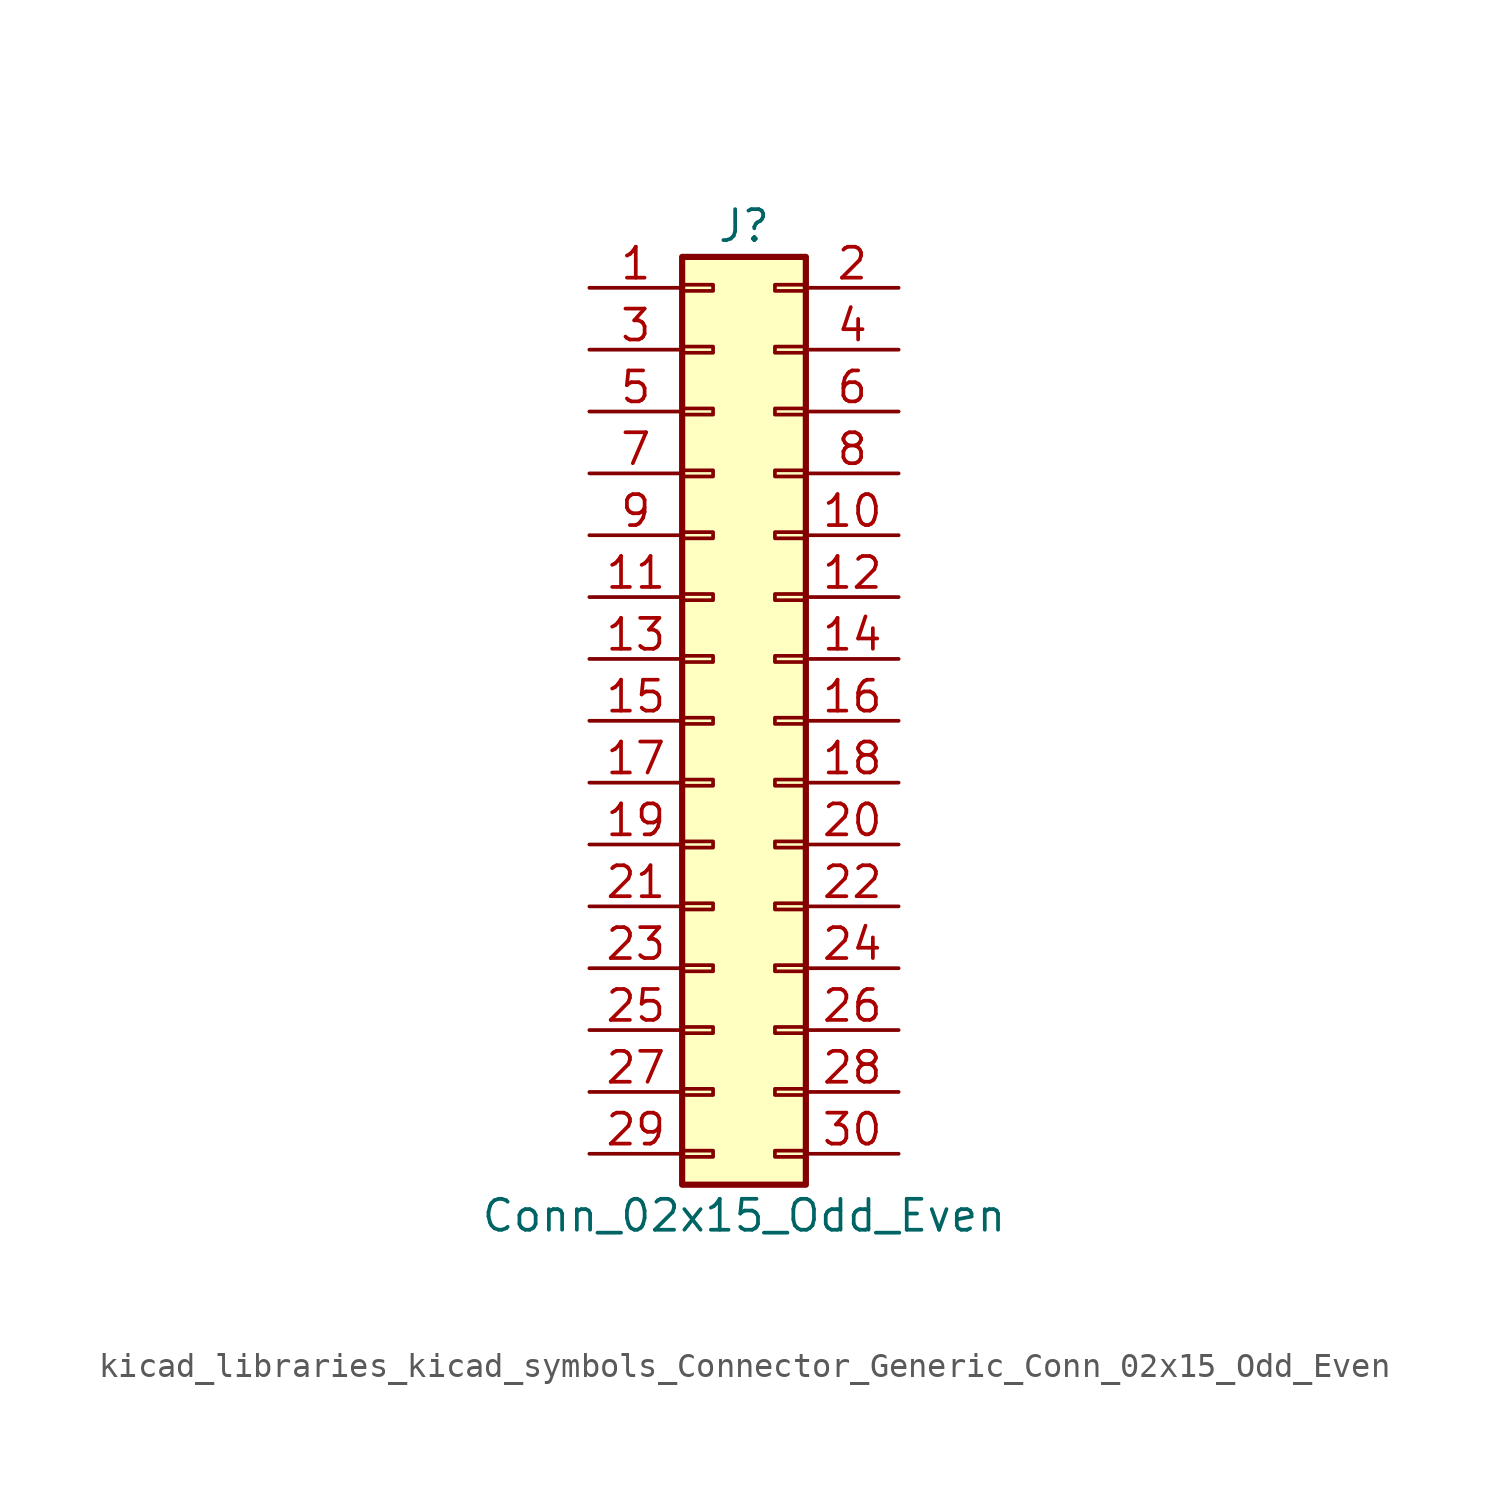
<source format=kicad_sym>
(kicad_symbol_lib
  (version 20220914)
  (generator kicad_symbol_editor)
  (symbol "kicad_libraries_kicad_symbols_Connector_Generic_Conn_02x15_Odd_Even"
    (pin_names
      (offset 1.016) hide)
    (property "Reference" "J"
      (at 1.27 20.32 0)
      (effects (font (size 1.27 1.27))))
    (property "Value" "Conn_02x15_Odd_Even"
      (at 1.27 -20.32 0)
      (effects (font (size 1.27 1.27))))
    (symbol "kicad_libraries_kicad_symbols_Connector_Generic_Conn_02x15_Odd_Even_1_1"
      (rectangle (start -1.27 -17.653) (end 0 -17.907) (stroke (width 0.152) (type default)) (fill (type none)))
      (rectangle (start -1.27 -15.113) (end 0 -15.367) (stroke (width 0.152) (type default)) (fill (type none)))
      (rectangle (start -1.27 -12.573) (end 0 -12.827) (stroke (width 0.152) (type default)) (fill (type none)))
      (rectangle (start -1.27 -10.033) (end 0 -10.287) (stroke (width 0.152) (type default)) (fill (type none)))
      (rectangle (start -1.27 -7.493) (end 0 -7.747) (stroke (width 0.152) (type default)) (fill (type none)))
      (rectangle (start -1.27 -4.953) (end 0 -5.207) (stroke (width 0.152) (type default)) (fill (type none)))
      (rectangle (start -1.27 -2.413) (end 0 -2.667) (stroke (width 0.152) (type default)) (fill (type none)))
      (rectangle (start -1.27 0.127) (end 0 -0.127) (stroke (width 0.152) (type default)) (fill (type none)))
      (rectangle (start -1.27 2.667) (end 0 2.413) (stroke (width 0.152) (type default)) (fill (type none)))
      (rectangle (start -1.27 5.207) (end 0 4.953) (stroke (width 0.152) (type default)) (fill (type none)))
      (rectangle (start -1.27 7.747) (end 0 7.493) (stroke (width 0.152) (type default)) (fill (type none)))
      (rectangle (start -1.27 10.287) (end 0 10.033) (stroke (width 0.152) (type default)) (fill (type none)))
      (rectangle (start -1.27 12.827) (end 0 12.573) (stroke (width 0.152) (type default)) (fill (type none)))
      (rectangle (start -1.27 15.367) (end 0 15.113) (stroke (width 0.152) (type default)) (fill (type none)))
      (rectangle (start -1.27 17.907) (end 0 17.653) (stroke (width 0.152) (type default)) (fill (type none)))
      (rectangle (start -1.27 19.05) (end 3.81 -19.05) (stroke (width 0.254) (type default)) (fill (type background)))
      (rectangle (start 3.81 -17.653) (end 2.54 -17.907) (stroke (width 0.152) (type default)) (fill (type none)))
      (rectangle (start 3.81 -15.113) (end 2.54 -15.367) (stroke (width 0.152) (type default)) (fill (type none)))
      (rectangle (start 3.81 -12.573) (end 2.54 -12.827) (stroke (width 0.152) (type default)) (fill (type none)))
      (rectangle (start 3.81 -10.033) (end 2.54 -10.287) (stroke (width 0.152) (type default)) (fill (type none)))
      (rectangle (start 3.81 -7.493) (end 2.54 -7.747) (stroke (width 0.152) (type default)) (fill (type none)))
      (rectangle (start 3.81 -4.953) (end 2.54 -5.207) (stroke (width 0.152) (type default)) (fill (type none)))
      (rectangle (start 3.81 -2.413) (end 2.54 -2.667) (stroke (width 0.152) (type default)) (fill (type none)))
      (rectangle (start 3.81 0.127) (end 2.54 -0.127) (stroke (width 0.152) (type default)) (fill (type none)))
      (rectangle (start 3.81 2.667) (end 2.54 2.413) (stroke (width 0.152) (type default)) (fill (type none)))
      (rectangle (start 3.81 5.207) (end 2.54 4.953) (stroke (width 0.152) (type default)) (fill (type none)))
      (rectangle (start 3.81 7.747) (end 2.54 7.493) (stroke (width 0.152) (type default)) (fill (type none)))
      (rectangle (start 3.81 10.287) (end 2.54 10.033) (stroke (width 0.152) (type default)) (fill (type none)))
      (rectangle (start 3.81 12.827) (end 2.54 12.573) (stroke (width 0.152) (type default)) (fill (type none)))
      (rectangle (start 3.81 15.367) (end 2.54 15.113) (stroke (width 0.152) (type default)) (fill (type none)))
      (rectangle (start 3.81 17.907) (end 2.54 17.653) (stroke (width 0.152) (type default)) (fill (type none)))
      (pin passive line (at -5.08 17.78 0) (length 3.81) (name "Pin_1" (effects (font (size 1.27 1.27)))) (number "1" (effects (font (size 1.27 1.27)))))
      (pin passive line (at 7.62 7.62 180) (length 3.81) (name "Pin_10" (effects (font (size 1.27 1.27)))) (number "10" (effects (font (size 1.27 1.27)))))
      (pin passive line (at -5.08 5.08 0) (length 3.81) (name "Pin_11" (effects (font (size 1.27 1.27)))) (number "11" (effects (font (size 1.27 1.27)))))
      (pin passive line (at 7.62 5.08 180) (length 3.81) (name "Pin_12" (effects (font (size 1.27 1.27)))) (number "12" (effects (font (size 1.27 1.27)))))
      (pin passive line (at -5.08 2.54 0) (length 3.81) (name "Pin_13" (effects (font (size 1.27 1.27)))) (number "13" (effects (font (size 1.27 1.27)))))
      (pin passive line (at 7.62 2.54 180) (length 3.81) (name "Pin_14" (effects (font (size 1.27 1.27)))) (number "14" (effects (font (size 1.27 1.27)))))
      (pin passive line (at -5.08 0 0) (length 3.81) (name "Pin_15" (effects (font (size 1.27 1.27)))) (number "15" (effects (font (size 1.27 1.27)))))
      (pin passive line (at 7.62 0 180) (length 3.81) (name "Pin_16" (effects (font (size 1.27 1.27)))) (number "16" (effects (font (size 1.27 1.27)))))
      (pin passive line (at -5.08 -2.54 0) (length 3.81) (name "Pin_17" (effects (font (size 1.27 1.27)))) (number "17" (effects (font (size 1.27 1.27)))))
      (pin passive line (at 7.62 -2.54 180) (length 3.81) (name "Pin_18" (effects (font (size 1.27 1.27)))) (number "18" (effects (font (size 1.27 1.27)))))
      (pin passive line (at -5.08 -5.08 0) (length 3.81) (name "Pin_19" (effects (font (size 1.27 1.27)))) (number "19" (effects (font (size 1.27 1.27)))))
      (pin passive line (at 7.62 17.78 180) (length 3.81) (name "Pin_2" (effects (font (size 1.27 1.27)))) (number "2" (effects (font (size 1.27 1.27)))))
      (pin passive line (at 7.62 -5.08 180) (length 3.81) (name "Pin_20" (effects (font (size 1.27 1.27)))) (number "20" (effects (font (size 1.27 1.27)))))
      (pin passive line (at -5.08 -7.62 0) (length 3.81) (name "Pin_21" (effects (font (size 1.27 1.27)))) (number "21" (effects (font (size 1.27 1.27)))))
      (pin passive line (at 7.62 -7.62 180) (length 3.81) (name "Pin_22" (effects (font (size 1.27 1.27)))) (number "22" (effects (font (size 1.27 1.27)))))
      (pin passive line (at -5.08 -10.16 0) (length 3.81) (name "Pin_23" (effects (font (size 1.27 1.27)))) (number "23" (effects (font (size 1.27 1.27)))))
      (pin passive line (at 7.62 -10.16 180) (length 3.81) (name "Pin_24" (effects (font (size 1.27 1.27)))) (number "24" (effects (font (size 1.27 1.27)))))
      (pin passive line (at -5.08 -12.7 0) (length 3.81) (name "Pin_25" (effects (font (size 1.27 1.27)))) (number "25" (effects (font (size 1.27 1.27)))))
      (pin passive line (at 7.62 -12.7 180) (length 3.81) (name "Pin_26" (effects (font (size 1.27 1.27)))) (number "26" (effects (font (size 1.27 1.27)))))
      (pin passive line (at -5.08 -15.24 0) (length 3.81) (name "Pin_27" (effects (font (size 1.27 1.27)))) (number "27" (effects (font (size 1.27 1.27)))))
      (pin passive line (at 7.62 -15.24 180) (length 3.81) (name "Pin_28" (effects (font (size 1.27 1.27)))) (number "28" (effects (font (size 1.27 1.27)))))
      (pin passive line (at -5.08 -17.78 0) (length 3.81) (name "Pin_29" (effects (font (size 1.27 1.27)))) (number "29" (effects (font (size 1.27 1.27)))))
      (pin passive line (at -5.08 15.24 0) (length 3.81) (name "Pin_3" (effects (font (size 1.27 1.27)))) (number "3" (effects (font (size 1.27 1.27)))))
      (pin passive line (at 7.62 -17.78 180) (length 3.81) (name "Pin_30" (effects (font (size 1.27 1.27)))) (number "30" (effects (font (size 1.27 1.27)))))
      (pin passive line (at 7.62 15.24 180) (length 3.81) (name "Pin_4" (effects (font (size 1.27 1.27)))) (number "4" (effects (font (size 1.27 1.27)))))
      (pin passive line (at -5.08 12.7 0) (length 3.81) (name "Pin_5" (effects (font (size 1.27 1.27)))) (number "5" (effects (font (size 1.27 1.27)))))
      (pin passive line (at 7.62 12.7 180) (length 3.81) (name "Pin_6" (effects (font (size 1.27 1.27)))) (number "6" (effects (font (size 1.27 1.27)))))
      (pin passive line (at -5.08 10.16 0) (length 3.81) (name "Pin_7" (effects (font (size 1.27 1.27)))) (number "7" (effects (font (size 1.27 1.27)))))
      (pin passive line (at 7.62 10.16 180) (length 3.81) (name "Pin_8" (effects (font (size 1.27 1.27)))) (number "8" (effects (font (size 1.27 1.27)))))
      (pin passive line (at -5.08 7.62 0) (length 3.81) (name "Pin_9" (effects (font (size 1.27 1.27)))) (number "9" (effects (font (size 1.27 1.27))))))))
</source>
